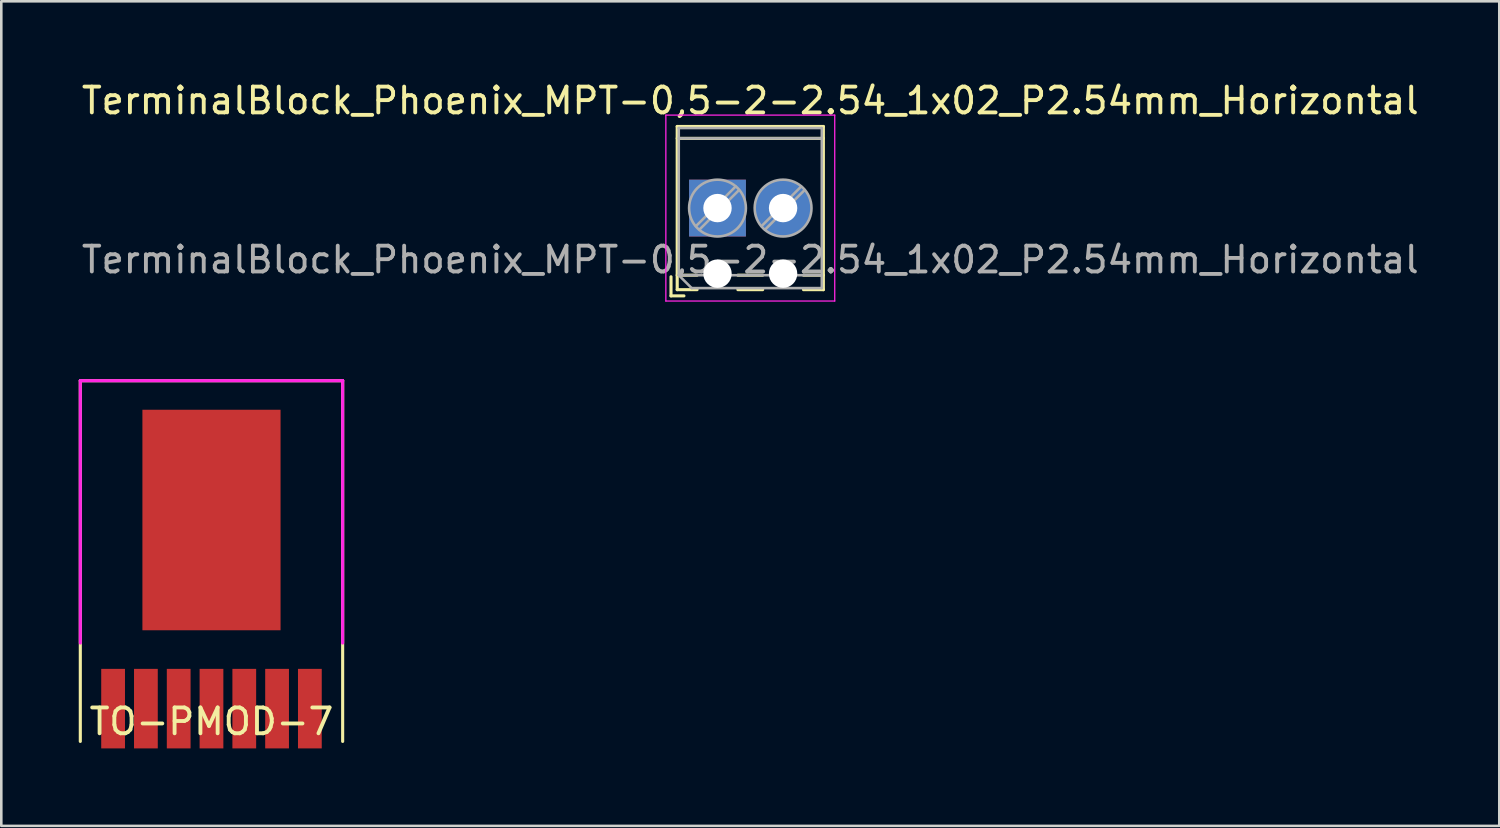
<source format=kicad_pcb>
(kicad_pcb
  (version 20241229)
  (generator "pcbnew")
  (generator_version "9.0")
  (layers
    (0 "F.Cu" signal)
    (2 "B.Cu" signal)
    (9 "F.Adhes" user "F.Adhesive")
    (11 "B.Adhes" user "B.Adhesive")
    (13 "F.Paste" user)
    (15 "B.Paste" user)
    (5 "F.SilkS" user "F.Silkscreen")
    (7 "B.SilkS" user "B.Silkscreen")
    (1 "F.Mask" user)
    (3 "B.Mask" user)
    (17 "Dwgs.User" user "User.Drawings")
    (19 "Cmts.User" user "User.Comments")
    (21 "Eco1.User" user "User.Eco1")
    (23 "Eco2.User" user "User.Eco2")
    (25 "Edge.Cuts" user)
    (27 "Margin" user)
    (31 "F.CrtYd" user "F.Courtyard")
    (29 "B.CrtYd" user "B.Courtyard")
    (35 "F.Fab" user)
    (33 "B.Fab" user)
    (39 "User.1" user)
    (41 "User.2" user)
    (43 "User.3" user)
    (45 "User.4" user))
  (footprint "TO-PMOD-7"
    (layer "F.Cu")
    (at 5.14 24.393)
    (property "Reference" "TO-PMOD-7" (at 0 0.5 0) (layer "F.SilkS") (effects (font (size 1 1) (thickness 0.15))))
    (attr through_hole)
    (fp_line (start -5.08 -12.7) (end 5.08 -12.7) (stroke (width 0.12) (type solid)) (layer "F.SilkS"))
    (fp_line (start -5.08 1.27) (end -5.08 -12.7) (stroke (width 0.12) (type solid)) (layer "F.SilkS"))
    (fp_line (start 5.08 -12.7) (end 5.08 1.27) (stroke (width 0.12) (type solid)) (layer "F.SilkS"))
    (fp_line (start -5.08 -12.7) (end -5.08 -2.54) (stroke (width 0.12) (type solid)) (layer "F.CrtYd"))
    (fp_line (start 5.08 -12.7) (end -5.08 -12.7) (stroke (width 0.12) (type solid)) (layer "F.CrtYd"))
    (fp_line (start 5.08 -2.54) (end 5.08 -12.7) (stroke (width 0.12) (type solid)) (layer "F.CrtYd"))
    (pad "1" smd rect (at -3.81 0) (size 0.92 3.08) (layers "F.Cu" "F.Mask" "F.Paste"))
    (pad "2" smd rect (at -2.54 0) (size 0.92 3.08) (layers "F.Cu" "F.Mask" "F.Paste"))
    (pad "3" smd rect (at -1.27 0) (size 0.92 3.08) (layers "F.Cu" "F.Mask" "F.Paste"))
    (pad "4" smd rect (at 0 -7.305) (size 5.35 8.54) (layers "F.Cu" "F.Mask" "F.Paste"))
    (pad "4" smd rect (at 0 0) (size 0.92 3.08) (layers "F.Cu" "F.Mask" "F.Paste"))
    (pad "5" smd rect (at 1.27 0) (size 0.92 3.08) (layers "F.Cu" "F.Mask" "F.Paste"))
    (pad "6" smd rect (at 2.54 0) (size 0.92 3.08) (layers "F.Cu" "F.Mask" "F.Paste"))
    (pad "7" smd rect (at 3.81 0) (size 0.92 3.08) (layers "F.Cu" "F.Mask" "F.Paste")))
  (footprint "TerminalBlock_Phoenix_MPT-0,5-2-2.54_1x02_P2.54mm_Horizontal"
    (layer "F.Cu")
    (at 24.736 5.008)
    (property "Reference" "TerminalBlock_Phoenix_MPT-0,5-2-2.54_1x02_P2.54mm_Horizontal" (at 1.27 -4.16 0) (layer "F.SilkS") (effects (font (size 1 1) (thickness 0.15))))
    (attr through_hole)
    (fp_line (start -1.8 2.66) (end -1.8 3.4) (stroke (width 0.12) (type solid)) (layer "F.SilkS"))
    (fp_line (start -1.8 3.4) (end -1.3 3.4) (stroke (width 0.12) (type solid)) (layer "F.SilkS"))
    (fp_line (start -1.56 -3.16) (end -1.56 3.16) (stroke (width 0.12) (type solid)) (layer "F.SilkS"))
    (fp_line (start -1.56 -3.16) (end 4.1 -3.16) (stroke (width 0.12) (type solid)) (layer "F.SilkS"))
    (fp_line (start -1.56 -2.7) (end 4.1 -2.7) (stroke (width 0.12) (type solid)) (layer "F.SilkS"))
    (fp_line (start -1.56 2.6) (end -0.79 2.6) (stroke (width 0.12) (type solid)) (layer "F.SilkS"))
    (fp_line (start -1.56 3.16) (end -0.79 3.16) (stroke (width 0.12) (type solid)) (layer "F.SilkS"))
    (fp_line (start 0.79 2.6) (end 1.75 2.6) (stroke (width 0.12) (type solid)) (layer "F.SilkS"))
    (fp_line (start 0.79 3.16) (end 1.75 3.16) (stroke (width 0.12) (type solid)) (layer "F.SilkS"))
    (fp_line (start 3.33 2.6) (end 4.1 2.6) (stroke (width 0.12) (type solid)) (layer "F.SilkS"))
    (fp_line (start 3.33 3.16) (end 4.1 3.16) (stroke (width 0.12) (type solid)) (layer "F.SilkS"))
    (fp_line (start 4.1 -3.16) (end 4.1 3.16) (stroke (width 0.12) (type solid)) (layer "F.SilkS"))
    (fp_line (start -2 -3.6) (end -2 3.6) (stroke (width 0.05) (type solid)) (layer "F.CrtYd"))
    (fp_line (start -2 3.6) (end 4.54 3.6) (stroke (width 0.05) (type solid)) (layer "F.CrtYd"))
    (fp_line (start 4.54 -3.6) (end -2 -3.6) (stroke (width 0.05) (type solid)) (layer "F.CrtYd"))
    (fp_line (start 4.54 3.6) (end 4.54 -3.6) (stroke (width 0.05) (type solid)) (layer "F.CrtYd"))
    (fp_line (start -1.5 -3.1) (end 4.04 -3.1) (stroke (width 0.1) (type solid)) (layer "F.Fab"))
    (fp_line (start -1.5 -2.7) (end 4.04 -2.7) (stroke (width 0.1) (type solid)) (layer "F.Fab"))
    (fp_line (start -1.5 2.6) (end -1.5 -3.1) (stroke (width 0.1) (type solid)) (layer "F.Fab"))
    (fp_line (start -1.5 2.6) (end 4.04 2.6) (stroke (width 0.1) (type solid)) (layer "F.Fab"))
    (fp_line (start -1 3.1) (end -1.5 2.6) (stroke (width 0.1) (type solid)) (layer "F.Fab"))
    (fp_line (start 0.701 -0.835) (end -0.835 0.7) (stroke (width 0.1) (type solid)) (layer "F.Fab"))
    (fp_line (start 0.835 -0.7) (end -0.701 0.835) (stroke (width 0.1) (type solid)) (layer "F.Fab"))
    (fp_line (start 3.241 -0.835) (end 1.706 0.7) (stroke (width 0.1) (type solid)) (layer "F.Fab"))
    (fp_line (start 3.375 -0.7) (end 1.84 0.835) (stroke (width 0.1) (type solid)) (layer "F.Fab"))
    (fp_line (start 4.04 -3.1) (end 4.04 3.1) (stroke (width 0.1) (type solid)) (layer "F.Fab"))
    (fp_line (start 4.04 3.1) (end -1 3.1) (stroke (width 0.1) (type solid)) (layer "F.Fab"))
    (fp_circle (center 0 0) (end 1.1 0) (stroke (width 0.1) (type solid)) (fill no) (layer "F.Fab"))
    (fp_circle (center 2.54 0) (end 3.64 0) (stroke (width 0.1) (type solid)) (fill no) (layer "F.Fab"))
    (fp_text user "${REFERENCE}" (at 1.27 2 0) (layer "F.Fab") (effects (font (size 1 1) (thickness 0.15))))
    (pad "" np_thru_hole circle (at 0 2.54) (size 1.1 1.1) (drill 1.1) (layers "*.Cu" "*.Mask"))
    (pad "" np_thru_hole circle (at 2.54 2.54) (size 1.1 1.1) (drill 1.1) (layers "*.Cu" "*.Mask"))
    (pad "1" thru_hole rect (at 0 0) (size 2.2 2.2) (drill 1.1) (layers "*.Cu" "*.Mask"))
    (pad "2" thru_hole circle (at 2.54 0) (size 2.2 2.2) (drill 1.1) (layers "*.Cu" "*.Mask")))
  (gr_rect
    (start -3 -3)
    (end 55.012 28.933)
    (stroke (width 0.1) (type default))
    (fill no)
    (layer "Edge.Cuts")))
</source>
